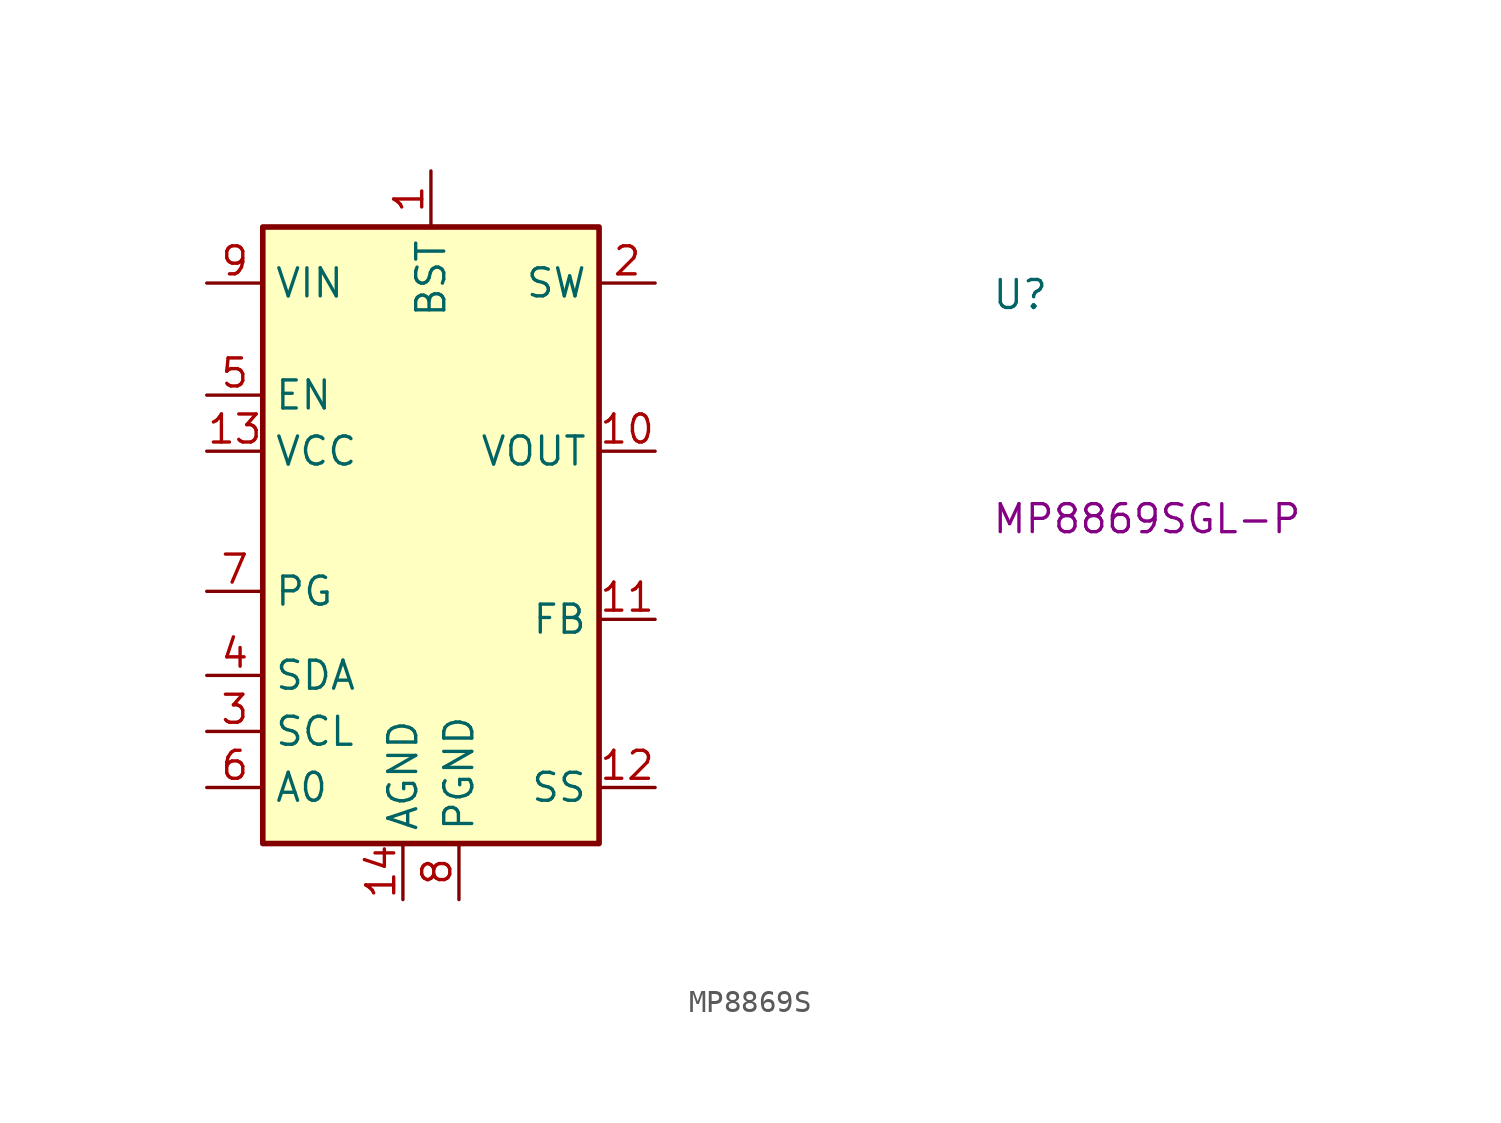
<source format=kicad_sym>
(kicad_symbol_lib
  (version 20220914)
  (generator kicad_symbol_editor)
  (symbol "MP8869S"
    (property "Reference" "U"
      (at 25.4 -6.35 0)
      (effects (font (size 1.27 1.27) (thickness 0.15)) (justify left bottom)))
    (property "MPN" "MP8869SGL-P"
      (at 25.4 -16.51 0)
      (effects (font (size 1.27 1.27) (thickness 0.15)) (justify left bottom)))
    (symbol "MP8869S_1_1"
      (rectangle (start -7.62 -2.54) (end 7.62 -30.48) (stroke (width 0.254) (type default)) (fill (type background)))
      (pin unspecified line (at 0 0 270) (length 2.54) (name "BST" (effects (font (size 1.27 1.27)))) (number "1" (effects (font (size 1.27 1.27)))))
      (pin unspecified line (at 10.16 -12.7 180) (length 2.54) (name "VOUT" (effects (font (size 1.27 1.27)))) (number "10" (effects (font (size 1.27 1.27)))))
      (pin unspecified line (at 10.16 -20.32 180) (length 2.54) (name "FB" (effects (font (size 1.27 1.27)))) (number "11" (effects (font (size 1.27 1.27)))))
      (pin unspecified line (at 10.16 -27.94 180) (length 2.54) (name "SS" (effects (font (size 1.27 1.27)))) (number "12" (effects (font (size 1.27 1.27)))))
      (pin power_out line (at -10.16 -12.7 0) (length 2.54) (name "VCC" (effects (font (size 1.27 1.27)))) (number "13" (effects (font (size 1.27 1.27)))))
      (pin power_in line (at -1.27 -33.02 90) (length 2.54) (name "AGND" (effects (font (size 1.27 1.27)))) (number "14" (effects (font (size 1.27 1.27)))))
      (pin output line (at 10.16 -5.08 180) (length 2.54) (name "SW" (effects (font (size 1.27 1.27)))) (number "2" (effects (font (size 1.27 1.27)))))
      (pin unspecified line (at -10.16 -25.4 0) (length 2.54) (name "SCL" (effects (font (size 1.27 1.27)))) (number "3" (effects (font (size 1.27 1.27)))))
      (pin unspecified line (at -10.16 -22.86 0) (length 2.54) (name "SDA" (effects (font (size 1.27 1.27)))) (number "4" (effects (font (size 1.27 1.27)))))
      (pin unspecified line (at -10.16 -10.16 0) (length 2.54) (name "EN" (effects (font (size 1.27 1.27)))) (number "5" (effects (font (size 1.27 1.27)))))
      (pin unspecified line (at -10.16 -27.94 0) (length 2.54) (name "A0" (effects (font (size 1.27 1.27)))) (number "6" (effects (font (size 1.27 1.27)))))
      (pin unspecified line (at -10.16 -19.05 0) (length 2.54) (name "PG" (effects (font (size 1.27 1.27)))) (number "7" (effects (font (size 1.27 1.27)))))
      (pin power_in line (at 1.27 -33.02 90) (length 2.54) (name "PGND" (effects (font (size 1.27 1.27)))) (number "8" (effects (font (size 1.27 1.27)))))
      (pin power_in line (at -10.16 -5.08 0) (length 2.54) (name "VIN" (effects (font (size 1.27 1.27)))) (number "9" (effects (font (size 1.27 1.27))))))))
</source>
